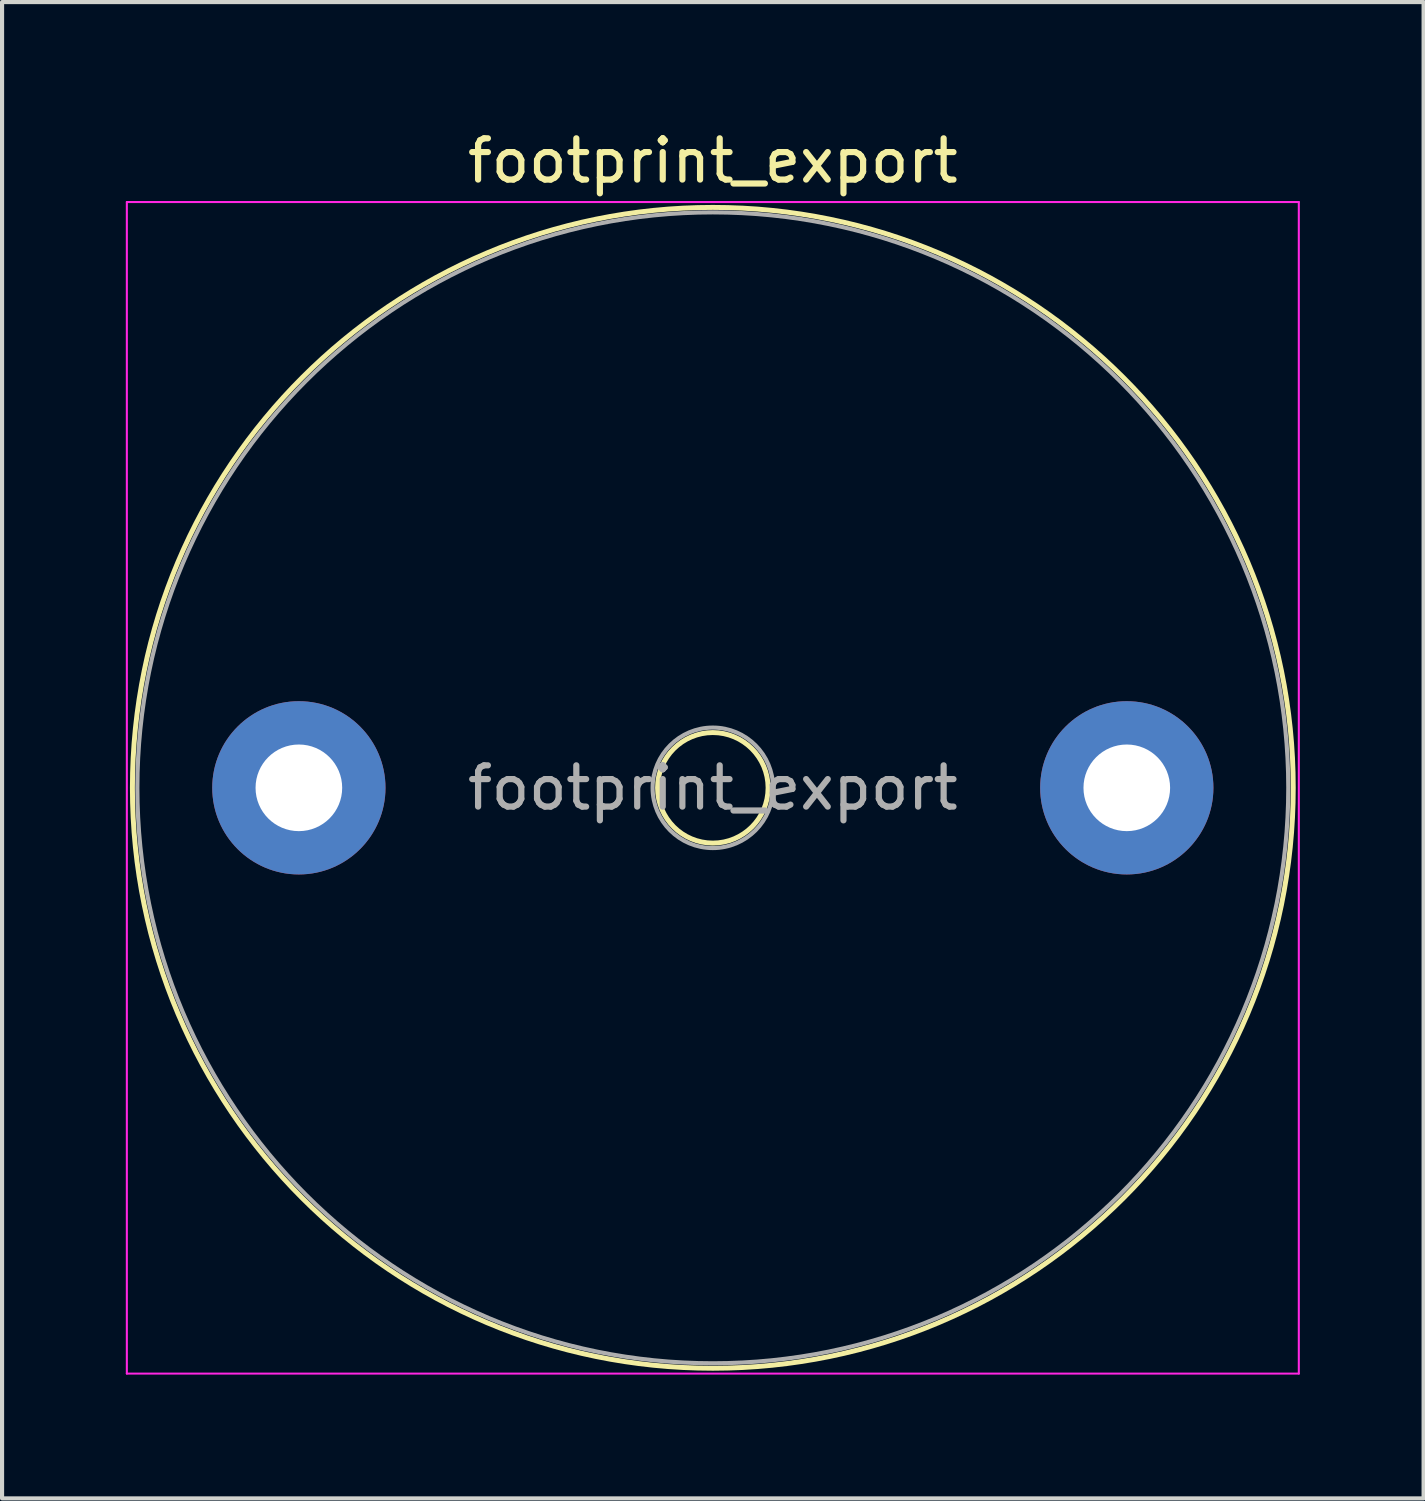
<source format=kicad_pcb>
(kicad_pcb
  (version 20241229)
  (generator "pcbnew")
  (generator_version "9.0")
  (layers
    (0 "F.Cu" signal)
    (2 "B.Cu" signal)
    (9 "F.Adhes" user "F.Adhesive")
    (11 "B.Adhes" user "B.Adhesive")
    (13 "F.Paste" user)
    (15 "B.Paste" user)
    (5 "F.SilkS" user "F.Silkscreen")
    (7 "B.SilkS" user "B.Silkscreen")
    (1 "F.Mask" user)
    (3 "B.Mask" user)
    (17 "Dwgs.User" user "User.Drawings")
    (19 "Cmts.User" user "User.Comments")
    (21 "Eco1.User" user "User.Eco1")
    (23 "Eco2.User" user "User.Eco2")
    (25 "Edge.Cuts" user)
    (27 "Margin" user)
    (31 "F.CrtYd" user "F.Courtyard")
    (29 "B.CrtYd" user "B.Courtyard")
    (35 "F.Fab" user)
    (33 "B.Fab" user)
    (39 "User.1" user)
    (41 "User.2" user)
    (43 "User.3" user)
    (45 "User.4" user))
  (footprint "footprint_export"
    (layer "F.Cu")
    (at 4.195 16.048)
    (property "Reference" "footprint_export" (at 10.035 -15.2 0) (layer "F.SilkS") (effects (font (size 1 1) (thickness 0.15))))
    (attr through_hole)
    (fp_circle (center 10.035 0) (end 11.375 0) (stroke (width 0.12) (type solid)) (fill no) (layer "F.SilkS"))
    (fp_circle (center 10.035 0) (end 24.105 0) (stroke (width 0.12) (type solid)) (fill no) (layer "F.SilkS"))
    (fp_line (start -4.17 -14.2) (end -4.17 14.2) (stroke (width 0.05) (type solid)) (layer "F.CrtYd"))
    (fp_line (start -4.17 14.2) (end 24.24 14.2) (stroke (width 0.05) (type solid)) (layer "F.CrtYd"))
    (fp_line (start 24.24 -14.2) (end -4.17 -14.2) (stroke (width 0.05) (type solid)) (layer "F.CrtYd"))
    (fp_line (start 24.24 14.2) (end 24.24 -14.2) (stroke (width 0.05) (type solid)) (layer "F.CrtYd"))
    (fp_circle (center 10.035 0) (end 11.495 0) (stroke (width 0.1) (type solid)) (fill no) (layer "F.Fab"))
    (fp_circle (center 10.035 0) (end 23.985 0) (stroke (width 0.1) (type solid)) (fill no) (layer "F.Fab"))
    (fp_text user "${REFERENCE}" (at 10.035 0 0) (layer "F.Fab") (effects (font (size 1 1) (thickness 0.15))))
    (pad "1" thru_hole circle (at 0 0) (size 4.2 4.2) (drill 2.1) (layers "*.Cu" "*.Mask"))
    (pad "2" thru_hole circle (at 20.07 0) (size 4.2 4.2) (drill 2.1) (layers "*.Cu" "*.Mask")))
  (gr_rect
    (start -3 -3)
    (end 31.46 33.273)
    (stroke (width 0.1) (type default))
    (fill no)
    (layer "Edge.Cuts")))
</source>
